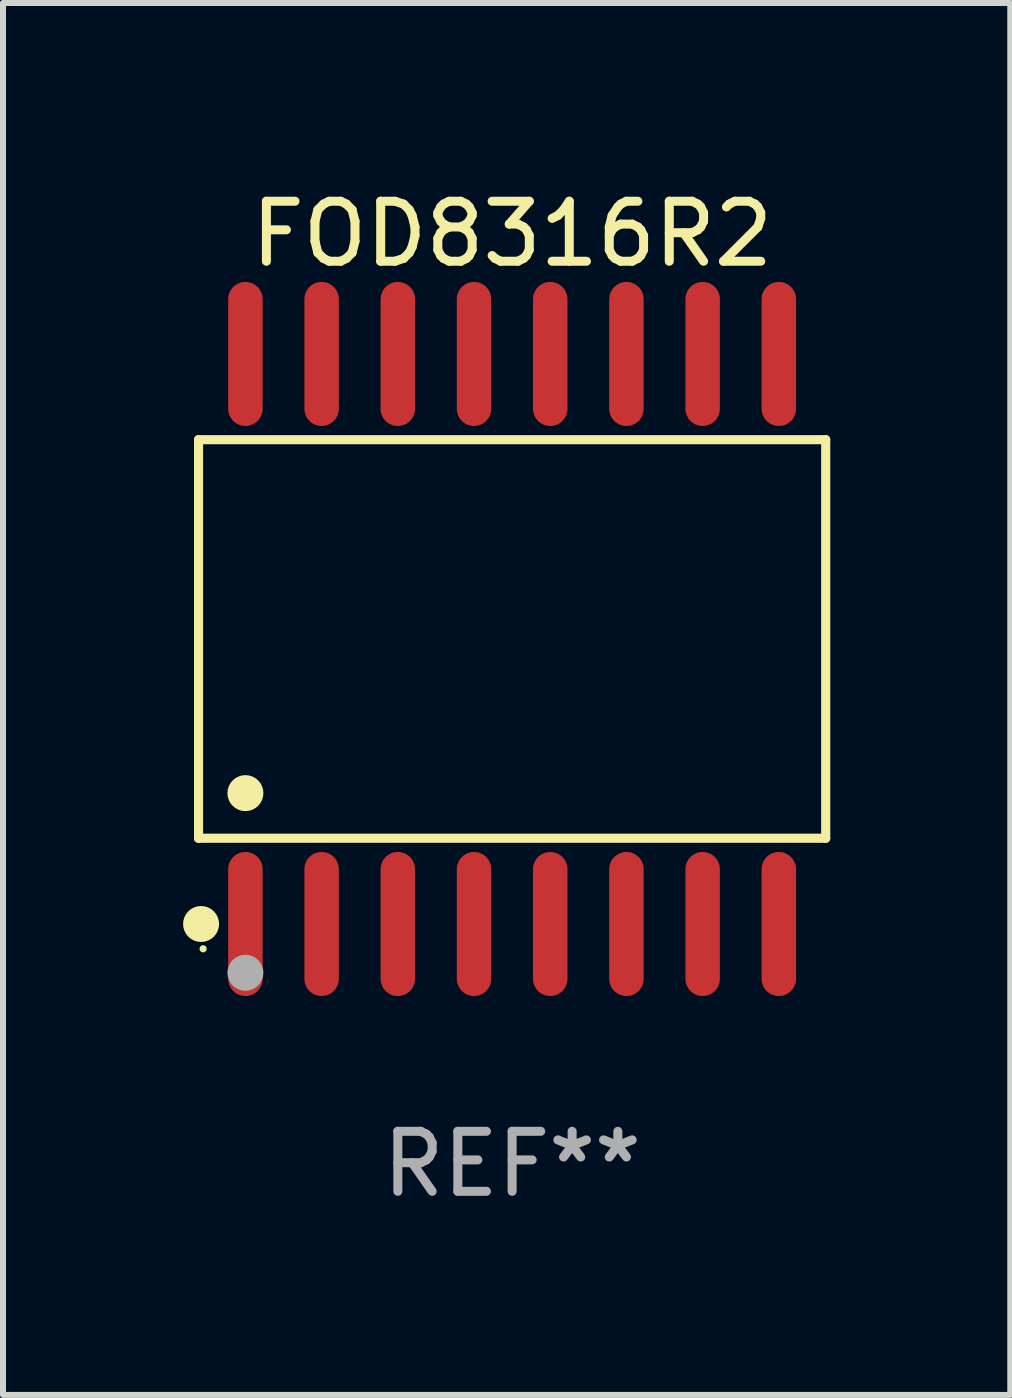
<source format=kicad_pcb>
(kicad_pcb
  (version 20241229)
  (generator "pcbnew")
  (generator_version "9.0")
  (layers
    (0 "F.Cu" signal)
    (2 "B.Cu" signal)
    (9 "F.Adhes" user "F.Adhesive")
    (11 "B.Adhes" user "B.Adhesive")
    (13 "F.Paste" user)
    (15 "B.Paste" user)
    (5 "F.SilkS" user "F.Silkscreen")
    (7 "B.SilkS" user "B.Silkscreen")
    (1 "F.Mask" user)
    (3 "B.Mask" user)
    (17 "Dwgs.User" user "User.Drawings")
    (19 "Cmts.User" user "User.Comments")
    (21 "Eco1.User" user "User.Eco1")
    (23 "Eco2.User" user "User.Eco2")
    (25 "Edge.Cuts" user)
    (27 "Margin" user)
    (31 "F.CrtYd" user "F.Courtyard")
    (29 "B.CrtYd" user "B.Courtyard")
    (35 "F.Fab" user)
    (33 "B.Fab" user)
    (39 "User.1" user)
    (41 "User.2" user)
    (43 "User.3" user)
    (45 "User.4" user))
  (footprint "FOD8316R2"
    (layer "F.Cu")
    (at 5.485 7.599)
    (property "Reference" "FOD8316R2" (at 0 -6.75 0) (layer "F.SilkS") (effects (font (size 1 1) (thickness 0.15))))
    (attr through_hole)
    (fp_line (start -5.226 -3.321) (end 5.226 -3.321) (stroke (width 0.152) (type solid)) (layer "F.SilkS"))
    (fp_line (start -5.226 3.321) (end -5.226 -3.321) (stroke (width 0.152) (type solid)) (layer "F.SilkS"))
    (fp_line (start 5.226 -3.321) (end 5.226 3.321) (stroke (width 0.152) (type solid)) (layer "F.SilkS"))
    (fp_line (start 5.226 3.321) (end -5.226 3.321) (stroke (width 0.152) (type solid)) (layer "F.SilkS"))
    (fp_circle (center -5.184 4.75) (end -5.034 4.75) (stroke (width 0.3) (type solid)) (fill no) (layer "F.SilkS"))
    (fp_circle (center -5.15 5.163) (end -5.12 5.163) (stroke (width 0.06) (type solid)) (fill no) (layer "F.SilkS"))
    (fp_circle (center -4.445 2.569) (end -4.295 2.569) (stroke (width 0.3) (type solid)) (fill no) (layer "F.SilkS"))
    (fp_circle (center -4.445 5.563) (end -4.295 5.563) (stroke (width 0.3) (type solid)) (fill no) (layer "F.Fab"))
    (fp_text user "REF**" (at 0 8.75 0) (layer "F.Fab") (effects (font (size 1 1) (thickness 0.15))))
    (pad "1" smd oval (at -4.445 4.75) (size 0.574 2.401) (layers "F.Cu" "F.Mask" "F.Paste"))
    (pad "2" smd oval (at -3.175 4.75) (size 0.574 2.401) (layers "F.Cu" "F.Mask" "F.Paste"))
    (pad "3" smd oval (at -1.905 4.75) (size 0.574 2.401) (layers "F.Cu" "F.Mask" "F.Paste"))
    (pad "4" smd oval (at -0.635 4.75) (size 0.574 2.401) (layers "F.Cu" "F.Mask" "F.Paste"))
    (pad "5" smd oval (at 0.635 4.75) (size 0.574 2.401) (layers "F.Cu" "F.Mask" "F.Paste"))
    (pad "6" smd oval (at 1.905 4.75) (size 0.574 2.401) (layers "F.Cu" "F.Mask" "F.Paste"))
    (pad "7" smd oval (at 3.175 4.75) (size 0.574 2.401) (layers "F.Cu" "F.Mask" "F.Paste"))
    (pad "8" smd oval (at 4.445 4.75) (size 0.574 2.401) (layers "F.Cu" "F.Mask" "F.Paste"))
    (pad "9" smd oval (at 4.445 -4.75) (size 0.574 2.401) (layers "F.Cu" "F.Mask" "F.Paste"))
    (pad "10" smd oval (at 3.175 -4.75) (size 0.574 2.401) (layers "F.Cu" "F.Mask" "F.Paste"))
    (pad "11" smd oval (at 1.905 -4.75) (size 0.574 2.401) (layers "F.Cu" "F.Mask" "F.Paste"))
    (pad "12" smd oval (at 0.635 -4.75) (size 0.574 2.401) (layers "F.Cu" "F.Mask" "F.Paste"))
    (pad "13" smd oval (at -0.635 -4.75) (size 0.574 2.401) (layers "F.Cu" "F.Mask" "F.Paste"))
    (pad "14" smd oval (at -1.905 -4.75) (size 0.574 2.401) (layers "F.Cu" "F.Mask" "F.Paste"))
    (pad "15" smd oval (at -3.175 -4.75) (size 0.574 2.401) (layers "F.Cu" "F.Mask" "F.Paste"))
    (pad "16" smd oval (at -4.445 -4.75) (size 0.574 2.401) (layers "F.Cu" "F.Mask" "F.Paste")))
  (gr_rect
    (start -3 -3)
    (end 13.787 20.197)
    (stroke (width 0.1) (type default))
    (fill no)
    (layer "Edge.Cuts")))
</source>
